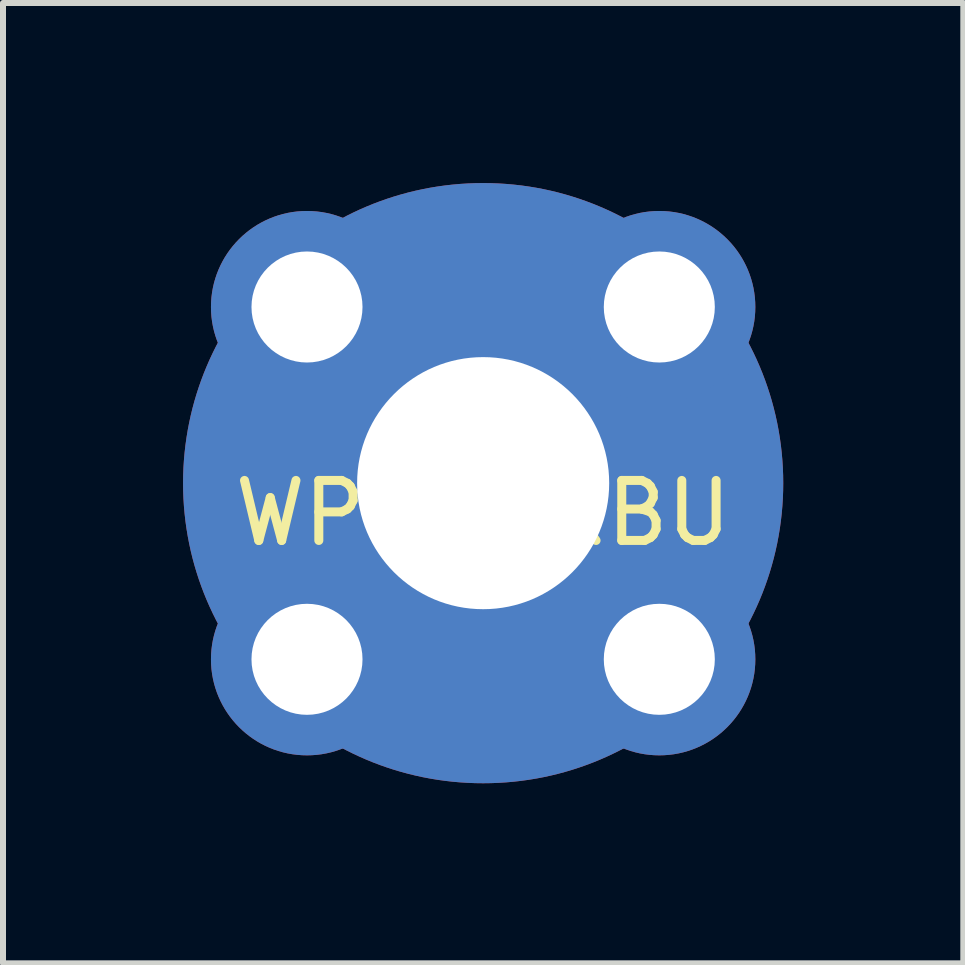
<source format=kicad_pcb>
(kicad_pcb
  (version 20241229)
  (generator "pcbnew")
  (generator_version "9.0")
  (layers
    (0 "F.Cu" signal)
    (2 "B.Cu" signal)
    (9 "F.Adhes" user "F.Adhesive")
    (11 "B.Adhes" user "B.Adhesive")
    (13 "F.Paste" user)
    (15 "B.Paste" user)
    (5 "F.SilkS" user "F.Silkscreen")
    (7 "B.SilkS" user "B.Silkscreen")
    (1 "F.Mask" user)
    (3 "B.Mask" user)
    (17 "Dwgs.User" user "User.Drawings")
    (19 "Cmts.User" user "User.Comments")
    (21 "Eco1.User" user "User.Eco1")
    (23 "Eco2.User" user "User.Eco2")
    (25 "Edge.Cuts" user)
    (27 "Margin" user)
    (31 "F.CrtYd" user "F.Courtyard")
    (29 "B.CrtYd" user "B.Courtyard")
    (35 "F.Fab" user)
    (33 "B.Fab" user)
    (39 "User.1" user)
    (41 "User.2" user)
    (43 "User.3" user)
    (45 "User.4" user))
  (footprint "WP-THRBU"
    (layer "F.Cu")
    (at 5 5)
    (property "Reference" "WP-THRBU" (at 0 0.5 0) (layer "F.SilkS") (effects (font (size 1 1) (thickness 0.15))))
    (attr through_hole)
    (pad "1" thru_hole circle (at -2.935 -2.935) (size 3.2 3.2) (drill 1.85) (layers "*.Cu" "*.Mask"))
    (pad "1" thru_hole circle (at -2.935 2.935) (size 3.2 3.2) (drill 1.85) (layers "*.Cu" "*.Mask"))
    (pad "1" thru_hole circle (at 0 0) (size 10 10) (drill 4.2) (layers "*.Cu" "*.Mask"))
    (pad "1" thru_hole circle (at 2.935 -2.935) (size 3.2 3.2) (drill 1.85) (layers "*.Cu" "*.Mask"))
    (pad "1" thru_hole circle (at 2.935 2.935) (size 3.2 3.2) (drill 1.85) (layers "*.Cu" "*.Mask")))
  (gr_rect
    (start -3 -3)
    (end 13 13)
    (stroke (width 0.1) (type default))
    (fill no)
    (layer "Edge.Cuts")))
</source>
